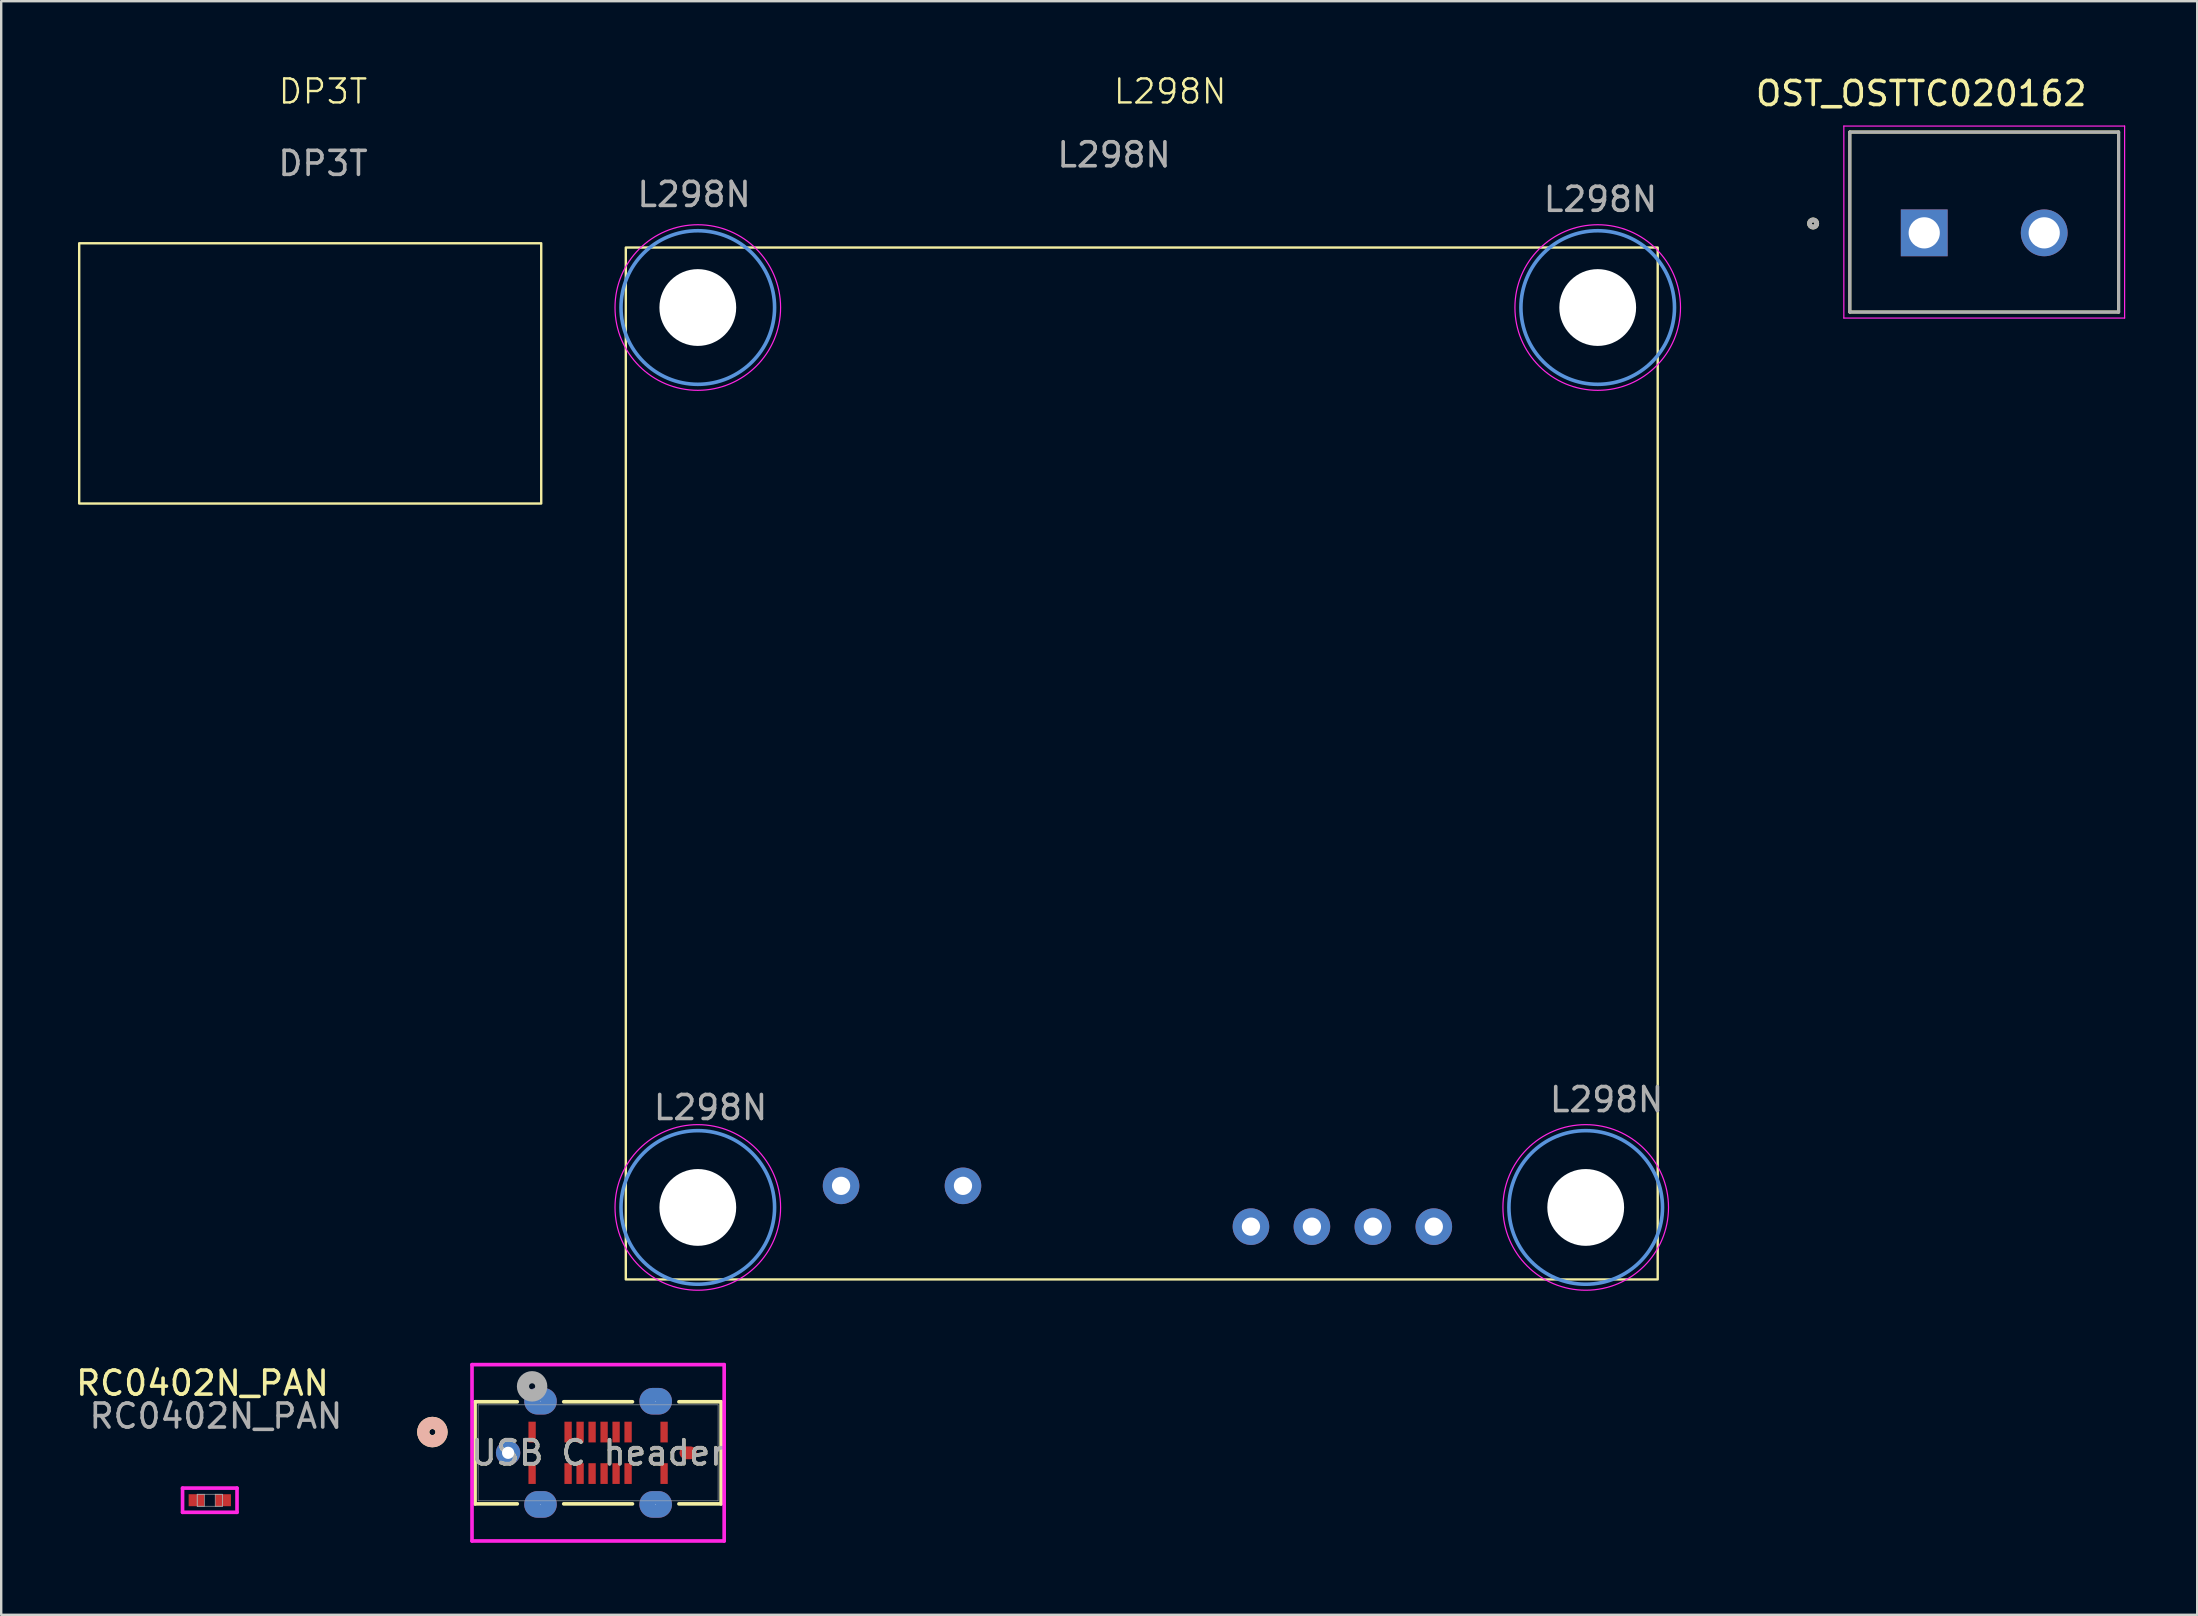
<source format=kicad_pcb>
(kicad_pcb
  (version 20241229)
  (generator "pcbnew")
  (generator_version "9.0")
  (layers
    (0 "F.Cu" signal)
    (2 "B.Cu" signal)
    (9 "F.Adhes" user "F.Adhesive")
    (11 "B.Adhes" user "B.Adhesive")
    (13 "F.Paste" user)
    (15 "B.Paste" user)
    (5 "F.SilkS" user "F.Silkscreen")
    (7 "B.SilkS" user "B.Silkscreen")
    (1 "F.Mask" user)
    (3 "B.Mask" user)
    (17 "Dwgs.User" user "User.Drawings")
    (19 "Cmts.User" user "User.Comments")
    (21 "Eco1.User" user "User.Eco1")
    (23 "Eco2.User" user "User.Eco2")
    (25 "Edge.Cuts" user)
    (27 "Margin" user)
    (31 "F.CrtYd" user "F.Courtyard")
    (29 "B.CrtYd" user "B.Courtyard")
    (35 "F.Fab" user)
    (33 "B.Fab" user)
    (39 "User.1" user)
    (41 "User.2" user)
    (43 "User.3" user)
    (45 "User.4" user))
  (footprint "USB C header"
    (layer "F.Cu")
    (at 19.123 56.625)
    (property "Reference" "USB C header" (at 2.75 0.865 0) (unlocked yes) (layer "F.SilkS") (effects (font (size 1 1) (thickness 0.15))))
    (attr smd)
    (fp_line (start -2.377 -1.262) (end -2.377 2.992) (stroke (width 0.152) (type solid)) (layer "F.SilkS"))
    (fp_line (start -2.377 2.992) (end -0.618 2.992) (stroke (width 0.152) (type solid)) (layer "F.SilkS"))
    (fp_line (start -0.618 -1.262) (end -2.377 -1.262) (stroke (width 0.152) (type solid)) (layer "F.SilkS"))
    (fp_line (start 1.318 2.992) (end 4.182 2.992) (stroke (width 0.152) (type solid)) (layer "F.SilkS"))
    (fp_line (start 4.182 -1.262) (end 1.318 -1.262) (stroke (width 0.152) (type solid)) (layer "F.SilkS"))
    (fp_line (start 6.118 2.992) (end 7.877 2.992) (stroke (width 0.152) (type solid)) (layer "F.SilkS"))
    (fp_line (start 7.877 -1.262) (end 6.118 -1.262) (stroke (width 0.152) (type solid)) (layer "F.SilkS"))
    (fp_line (start 7.877 2.992) (end 7.877 -1.262) (stroke (width 0.152) (type solid)) (layer "F.SilkS"))
    (fp_circle (center -4.155 0) (end -3.774 0) (stroke (width 0.508) (type solid)) (fill no) (layer "F.SilkS"))
    (fp_circle (center -4.155 0) (end -3.774 0) (stroke (width 0.508) (type solid)) (fill no) (layer "B.SilkS"))
    (fp_line (start -2.504 -2.809) (end -2.504 4.539) (stroke (width 0.152) (type solid)) (layer "F.CrtYd"))
    (fp_line (start -2.504 4.539) (end 8.004 4.539) (stroke (width 0.152) (type solid)) (layer "F.CrtYd"))
    (fp_line (start 8.004 -2.809) (end -2.504 -2.809) (stroke (width 0.152) (type solid)) (layer "F.CrtYd"))
    (fp_line (start 8.004 4.539) (end 8.004 -2.809) (stroke (width 0.152) (type solid)) (layer "F.CrtYd"))
    (fp_line (start -2.25 -1.135) (end -2.25 2.865) (stroke (width 0.025) (type solid)) (layer "F.Fab"))
    (fp_line (start -2.25 2.865) (end 7.75 2.865) (stroke (width 0.025) (type solid)) (layer "F.Fab"))
    (fp_line (start 7.75 -1.135) (end -2.25 -1.135) (stroke (width 0.025) (type solid)) (layer "F.Fab"))
    (fp_line (start 7.75 2.865) (end 7.75 -1.135) (stroke (width 0.025) (type solid)) (layer "F.Fab"))
    (fp_circle (center 0 -1.905) (end 0.381 -1.905) (stroke (width 0.508) (type solid)) (fill no) (layer "F.Fab"))
    (fp_text user "${REFERENCE}" (at 2.75 0.865 0) (unlocked yes) (layer "F.Fab") (effects (font (size 1 1) (thickness 0.15))))
    (pad "25" thru_hole circle (at -1 0.865) (size 1.016 1.016) (drill 0.508) (layers "*.Cu" "*.Mask"))
    (pad "26" smd oval (at 6.5 0.865) (size 0.711 0.533) (layers "F.Cu" "F.Mask" "F.Paste"))
    (pad "27" thru_hole oval (at 0.35 -1.285) (size 1.358 1.108) (drill 0.025) (layers "*.Cu" "*.Mask"))
    (pad "28" thru_hole oval (at 5.15 -1.285) (size 1.358 1.108) (drill 0.025) (layers "*.Cu" "*.Mask"))
    (pad "29" thru_hole oval (at 0.35 3.015) (size 1.358 1.108) (drill 0.025) (layers "*.Cu" "*.Mask"))
    (pad "30" thru_hole oval (at 5.15 3.015) (size 1.358 1.108) (drill 0.025) (layers "*.Cu" "*.Mask"))
    (pad "A1" smd rect (at 0 0) (size 0.305 0.864) (layers "F.Cu" "F.Mask" "F.Paste"))
    (pad "A4" smd rect (at 1.5 0) (size 0.305 0.864) (layers "F.Cu" "F.Mask" "F.Paste"))
    (pad "A5" smd rect (at 2 0) (size 0.305 0.864) (layers "F.Cu" "F.Mask" "F.Paste"))
    (pad "A6" smd rect (at 2.5 0) (size 0.305 0.864) (layers "F.Cu" "F.Mask" "F.Paste"))
    (pad "A7" smd rect (at 3 0) (size 0.305 0.864) (layers "F.Cu" "F.Mask" "F.Paste"))
    (pad "A8" smd rect (at 3.5 0) (size 0.305 0.864) (layers "F.Cu" "F.Mask" "F.Paste"))
    (pad "A9" smd rect (at 4 0) (size 0.305 0.864) (layers "F.Cu" "F.Mask" "F.Paste"))
    (pad "A12" smd rect (at 5.5 0) (size 0.305 0.864) (layers "F.Cu" "F.Mask" "F.Paste"))
    (pad "B1" smd rect (at 5.5 1.73) (size 0.305 0.864) (layers "F.Cu" "F.Mask" "F.Paste"))
    (pad "B4" smd rect (at 4 1.73) (size 0.305 0.864) (layers "F.Cu" "F.Mask" "F.Paste"))
    (pad "B5" smd rect (at 3.5 1.73) (size 0.305 0.864) (layers "F.Cu" "F.Mask" "F.Paste"))
    (pad "B6" smd rect (at 3 1.73) (size 0.305 0.864) (layers "F.Cu" "F.Mask" "F.Paste"))
    (pad "B7" smd rect (at 2.5 1.73) (size 0.305 0.864) (layers "F.Cu" "F.Mask" "F.Paste"))
    (pad "B8" smd rect (at 2 1.73) (size 0.305 0.864) (layers "F.Cu" "F.Mask" "F.Paste"))
    (pad "B9" smd rect (at 1.5 1.73) (size 0.305 0.864) (layers "F.Cu" "F.Mask" "F.Paste"))
    (pad "B12" smd rect (at 0 1.73) (size 0.305 0.864) (layers "F.Cu" "F.Mask" "F.Paste")))
  (footprint "DP3T"
    (layer "F.Cu")
    (at 0.25 17.932)
    (property "Reference" "DP3T" (at 10.16 -17.172 0) (unlocked yes) (layer "F.SilkS") (effects (font (size 1 1) (thickness 0.1))))
    (attr smd)
    (fp_rect (start 0 -10.846) (end 19.253 0) (stroke (width 0.1) (type default)) (fill no) (layer "F.SilkS"))
    (fp_text user "${REFERENCE}" (at 10.16 -14.172 0) (unlocked yes) (layer "F.Fab") (effects (font (size 1 1) (thickness 0.15)))))
  (footprint "RC0402N_PAN"
    (layer "F.Cu")
    (at 5.692 59.465)
    (property "Reference" "RC0402N_PAN" (at -0.305 -4.877 0) (unlocked yes) (layer "F.SilkS") (effects (font (size 1 1) (thickness 0.15))))
    (attr smd)
    (fp_line (start -1.135 -0.504) (end 1.135 -0.504) (stroke (width 0.152) (type solid)) (layer "F.CrtYd"))
    (fp_line (start -1.135 0.504) (end -1.135 -0.504) (stroke (width 0.152) (type solid)) (layer "F.CrtYd"))
    (fp_line (start 1.135 -0.504) (end 1.135 0.504) (stroke (width 0.152) (type solid)) (layer "F.CrtYd"))
    (fp_line (start 1.135 0.504) (end -1.135 0.504) (stroke (width 0.152) (type solid)) (layer "F.CrtYd"))
    (fp_line (start -0.525 -0.25) (end -0.525 0.25) (stroke (width 0.025) (type solid)) (layer "F.Fab"))
    (fp_line (start -0.525 -0.25) (end -0.525 0.25) (stroke (width 0.025) (type solid)) (layer "F.Fab"))
    (fp_line (start -0.525 0.25) (end -0.225 0.25) (stroke (width 0.025) (type solid)) (layer "F.Fab"))
    (fp_line (start -0.525 0.25) (end 0.525 0.25) (stroke (width 0.025) (type solid)) (layer "F.Fab"))
    (fp_line (start -0.225 -0.25) (end -0.525 -0.25) (stroke (width 0.025) (type solid)) (layer "F.Fab"))
    (fp_line (start -0.225 0.25) (end -0.225 -0.25) (stroke (width 0.025) (type solid)) (layer "F.Fab"))
    (fp_line (start 0.225 -0.25) (end 0.225 0.25) (stroke (width 0.025) (type solid)) (layer "F.Fab"))
    (fp_line (start 0.225 0.25) (end 0.525 0.25) (stroke (width 0.025) (type solid)) (layer "F.Fab"))
    (fp_line (start 0.525 -0.25) (end -0.525 -0.25) (stroke (width 0.025) (type solid)) (layer "F.Fab"))
    (fp_line (start 0.525 -0.25) (end 0.225 -0.25) (stroke (width 0.025) (type solid)) (layer "F.Fab"))
    (fp_line (start 0.525 0.25) (end 0.525 -0.25) (stroke (width 0.025) (type solid)) (layer "F.Fab"))
    (fp_line (start 0.525 0.25) (end 0.525 -0.25) (stroke (width 0.025) (type solid)) (layer "F.Fab"))
    (fp_text user "${REFERENCE}" (at 0.254 -3.505 0) (unlocked yes) (layer "F.Fab") (effects (font (size 1 1) (thickness 0.15))))
    (pad "1" smd rect (at -0.553 0) (size 0.656 0.5) (layers "F.Cu" "F.Mask" "F.Paste"))
    (pad "2" smd rect (at 0.553 0) (size 0.656 0.5) (layers "F.Cu" "F.Mask" "F.Paste"))
    (zone (net_name "") (layer "F.Cu") (hatch full 0.508) (connect_pads) (min_thickness 0.254) (filled_areas_thickness no) (keepout (tracks not_allowed) (vias not_allowed) (pads allowed) (copperpour not_allowed) (footprints allowed)) (placement (enabled no)) (fill) (polygon (pts (xy 5.518 59.266) (xy 5.866 59.266) (xy 5.866 59.664) (xy 5.518 59.664)))))
  (footprint "OST_OSTTC020162"
    (layer "F.Cu")
    (at 77.134 6.653)
    (property "Reference" "OST_OSTTC020162" (at -0.125 -5.805 0) (layer "F.SilkS") (effects (font (size 1 1) (thickness 0.15))))
    (attr through_hole)
    (fp_line (start -3.1 -4.2) (end -3.1 3.3) (stroke (width 0.127) (type solid)) (layer "F.SilkS"))
    (fp_line (start -3.1 -4.2) (end 8.1 -4.2) (stroke (width 0.127) (type solid)) (layer "F.SilkS"))
    (fp_line (start -3.1 3.3) (end 8.1 3.3) (stroke (width 0.127) (type solid)) (layer "F.SilkS"))
    (fp_line (start 8.1 -4.2) (end 8.1 3.3) (stroke (width 0.127) (type solid)) (layer "F.SilkS"))
    (fp_circle (center -4.63 -0.39) (end -4.48 -0.39) (stroke (width 0.2) (type solid)) (fill no) (layer "F.SilkS"))
    (fp_line (start -3.35 -4.45) (end 8.35 -4.45) (stroke (width 0.05) (type solid)) (layer "F.CrtYd"))
    (fp_line (start -3.35 3.55) (end -3.35 -4.45) (stroke (width 0.05) (type solid)) (layer "F.CrtYd"))
    (fp_line (start 8.35 -4.45) (end 8.35 3.55) (stroke (width 0.05) (type solid)) (layer "F.CrtYd"))
    (fp_line (start 8.35 3.55) (end -3.35 3.55) (stroke (width 0.05) (type solid)) (layer "F.CrtYd"))
    (fp_line (start -3.1 -4.2) (end -3.1 3.3) (stroke (width 0.127) (type solid)) (layer "F.Fab"))
    (fp_line (start -3.1 -4.2) (end 8.1 -4.2) (stroke (width 0.127) (type solid)) (layer "F.Fab"))
    (fp_line (start -3.1 3.3) (end 8.1 3.3) (stroke (width 0.127) (type solid)) (layer "F.Fab"))
    (fp_line (start 8.1 -4.2) (end 8.1 3.3) (stroke (width 0.127) (type solid)) (layer "F.Fab"))
    (fp_circle (center -4.63 -0.39) (end -4.48 -0.39) (stroke (width 0.2) (type solid)) (fill no) (layer "F.Fab"))
    (pad "1" thru_hole rect (at 0 0) (size 1.95 1.95) (drill 1.3) (layers "*.Cu" "*.Mask"))
    (pad "2" thru_hole circle (at 5 0) (size 1.95 1.95) (drill 1.3) (layers "*.Cu" "*.Mask")))
  (footprint "L298N"
    (layer "F.Cu")
    (at 23.028 50.265)
    (property "Reference" "L298N" (at 22.682 -49.505 0) (unlocked yes) (layer "F.SilkS") (effects (font (size 1 1) (thickness 0.1))))
    (attr through_hole)
    (fp_rect (start 0 -43) (end 43 0) (stroke (width 0.1) (type default)) (fill no) (layer "F.SilkS"))
    (fp_circle (center 3 -40.5) (end 6.2 -40.5) (stroke (width 0.15) (type solid)) (fill no) (layer "Cmts.User"))
    (fp_circle (center 3 -3) (end 6.2 -3) (stroke (width 0.15) (type solid)) (fill no) (layer "Cmts.User"))
    (fp_circle (center 40 -3) (end 43.2 -3) (stroke (width 0.15) (type solid)) (fill no) (layer "Cmts.User"))
    (fp_circle (center 40.5 -40.5) (end 43.7 -40.5) (stroke (width 0.15) (type solid)) (fill no) (layer "Cmts.User"))
    (fp_circle (center 3 -40.5) (end 6.45 -40.5) (stroke (width 0.05) (type solid)) (fill no) (layer "F.CrtYd"))
    (fp_circle (center 3 -3) (end 6.45 -3) (stroke (width 0.05) (type solid)) (fill no) (layer "F.CrtYd"))
    (fp_circle (center 40 -3) (end 43.45 -3) (stroke (width 0.05) (type solid)) (fill no) (layer "F.CrtYd"))
    (fp_circle (center 40.5 -40.5) (end 43.95 -40.5) (stroke (width 0.05) (type solid)) (fill no) (layer "F.CrtYd"))
    (fp_text user "${REFERENCE}" (at 20.345 -46.863 0) (unlocked yes) (layer "F.Fab") (effects (font (size 1 1) (thickness 0.15))))
    (fp_text user "${REFERENCE}" (at 3.531 -7.163 0) (layer "F.Fab") (effects (font (size 1 1) (thickness 0.15))))
    (fp_text user "${REFERENCE}" (at 2.845 -45.212 0) (layer "F.Fab") (effects (font (size 1 1) (thickness 0.15))))
    (fp_text user "${REFERENCE}" (at 40.869 -7.493 0) (layer "F.Fab") (effects (font (size 1 1) (thickness 0.15))))
    (fp_text user "${REFERENCE}" (at 40.615 -45.009 0) (layer "F.Fab") (effects (font (size 1 1) (thickness 0.15))))
    (pad "" np_thru_hole circle (at 3 -40.5) (size 3.2 3.2) (drill 3.2) (layers "*.Cu" "*.Mask"))
    (pad "" np_thru_hole circle (at 3 -3) (size 3.2 3.2) (drill 3.2) (layers "*.Cu" "*.Mask"))
    (pad "" np_thru_hole circle (at 40 -3) (size 3.2 3.2) (drill 3.2) (layers "*.Cu" "*.Mask"))
    (pad "" np_thru_hole circle (at 40.5 -40.5) (size 3.2 3.2) (drill 3.2) (layers "*.Cu" "*.Mask"))
    (pad "1" thru_hole circle (at 26.05 -2.2) (size 1.524 1.524) (drill 0.762) (layers "*.Cu" "*.Mask"))
    (pad "2" thru_hole circle (at 28.59 -2.2) (size 1.524 1.524) (drill 0.762) (layers "*.Cu" "*.Mask"))
    (pad "3" thru_hole circle (at 31.13 -2.2) (size 1.524 1.524) (drill 0.762) (layers "*.Cu" "*.Mask"))
    (pad "4" thru_hole circle (at 33.67 -2.2) (size 1.524 1.524) (drill 0.762) (layers "*.Cu" "*.Mask"))
    (pad "5" thru_hole circle (at 14.05 -3.9 90) (size 1.524 1.524) (drill 0.762) (layers "*.Cu" "*.Mask"))
    (pad "6" thru_hole circle (at 8.97 -3.9) (size 1.524 1.524) (drill 0.762) (layers "*.Cu" "*.Mask")))
  (gr_rect
    (start -3 -3)
    (end 88.509 64.241)
    (stroke (width 0.1) (type default))
    (fill no)
    (layer "Edge.Cuts")))
</source>
